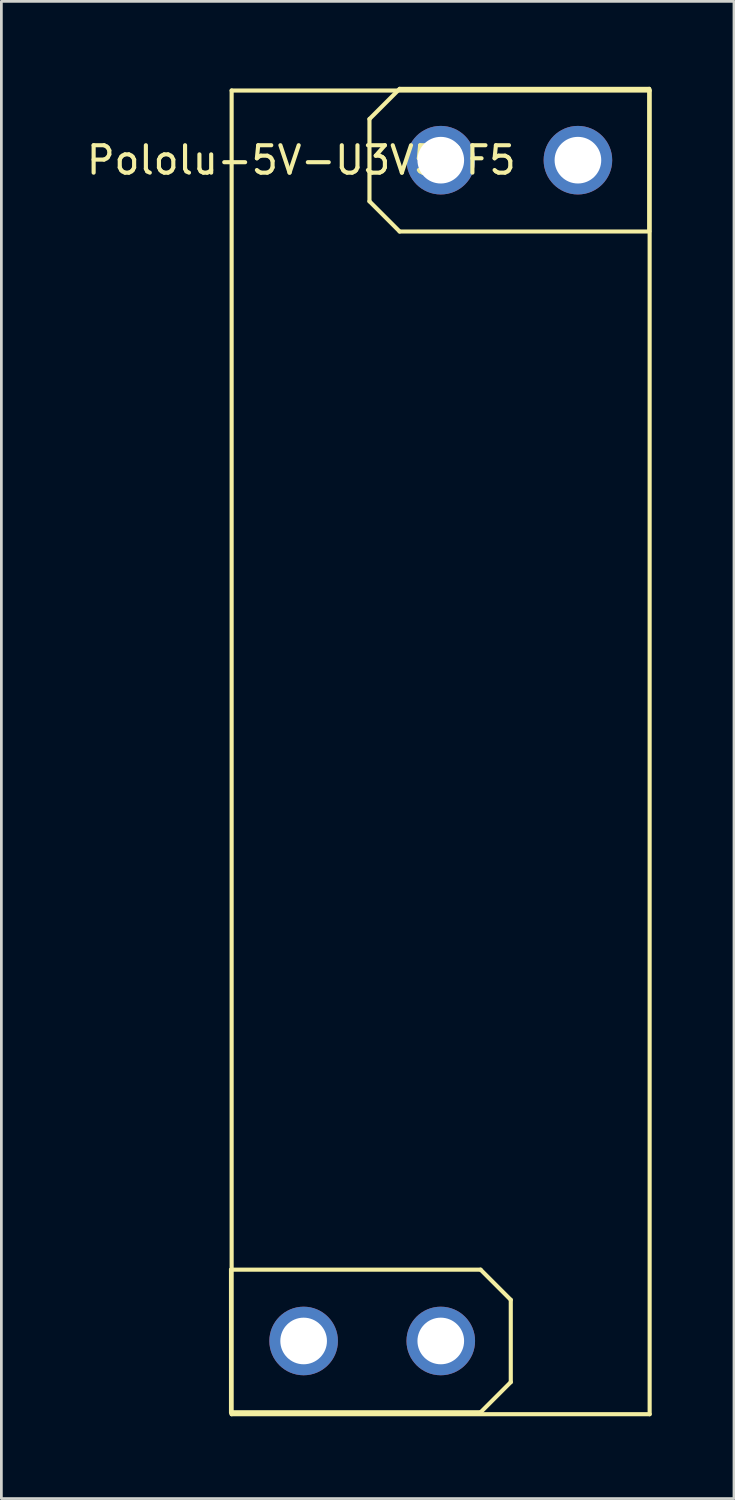
<source format=kicad_pcb>
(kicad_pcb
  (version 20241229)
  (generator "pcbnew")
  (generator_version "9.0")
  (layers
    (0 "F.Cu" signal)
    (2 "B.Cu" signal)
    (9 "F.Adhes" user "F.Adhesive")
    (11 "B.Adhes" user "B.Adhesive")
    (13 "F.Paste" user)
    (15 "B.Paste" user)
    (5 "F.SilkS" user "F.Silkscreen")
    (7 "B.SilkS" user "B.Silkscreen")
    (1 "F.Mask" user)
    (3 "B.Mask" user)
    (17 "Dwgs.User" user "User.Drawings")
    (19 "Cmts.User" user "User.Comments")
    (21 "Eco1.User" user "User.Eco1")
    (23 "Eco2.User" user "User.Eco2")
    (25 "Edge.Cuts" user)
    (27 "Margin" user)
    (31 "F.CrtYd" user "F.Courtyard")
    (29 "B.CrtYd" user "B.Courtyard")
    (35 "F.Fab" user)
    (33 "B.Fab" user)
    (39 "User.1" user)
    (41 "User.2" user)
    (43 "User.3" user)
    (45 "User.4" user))
  (footprint "Pololu-5V-U3V50F5"
    (layer "F.Cu")
    (at 5.395 0.25)
    (property "Reference" "Pololu-5V-U3V50F5" (at 2.54 2.54 0) (layer "F.SilkS") (effects (font (size 1 1) (thickness 0.15))))
    (attr through_hole)
    (fp_line (start -0.023 48.19) (end -0.023 42.99) (stroke (width 0.15) (type solid)) (layer "F.SilkS"))
    (fp_line (start 0 0) (end 15.24 0) (stroke (width 0.15) (type solid)) (layer "F.SilkS"))
    (fp_line (start 0 48.26) (end 0 0) (stroke (width 0.15) (type solid)) (layer "F.SilkS"))
    (fp_line (start 5.025 1.04) (end 5.025 4.04) (stroke (width 0.15) (type solid)) (layer "F.SilkS"))
    (fp_line (start 5.025 4.04) (end 6.125 5.14) (stroke (width 0.15) (type solid)) (layer "F.SilkS"))
    (fp_line (start 6.125 -0.06) (end 5.025 1.04) (stroke (width 0.15) (type solid)) (layer "F.SilkS"))
    (fp_line (start 6.125 -0.06) (end 15.225 -0.06) (stroke (width 0.15) (type solid)) (layer "F.SilkS"))
    (fp_line (start 6.125 5.14) (end 15.225 5.14) (stroke (width 0.15) (type solid)) (layer "F.SilkS"))
    (fp_line (start 9.077 42.99) (end -0.023 42.99) (stroke (width 0.15) (type solid)) (layer "F.SilkS"))
    (fp_line (start 9.077 48.19) (end -0.023 48.19) (stroke (width 0.15) (type solid)) (layer "F.SilkS"))
    (fp_line (start 9.077 48.19) (end 10.177 47.09) (stroke (width 0.15) (type solid)) (layer "F.SilkS"))
    (fp_line (start 10.177 44.09) (end 9.077 42.99) (stroke (width 0.15) (type solid)) (layer "F.SilkS"))
    (fp_line (start 10.177 47.09) (end 10.177 44.09) (stroke (width 0.15) (type solid)) (layer "F.SilkS"))
    (fp_line (start 15.225 -0.06) (end 15.225 5.14) (stroke (width 0.15) (type solid)) (layer "F.SilkS"))
    (fp_line (start 15.24 0) (end 15.24 48.26) (stroke (width 0.15) (type solid)) (layer "F.SilkS"))
    (fp_line (start 15.24 48.26) (end 0 48.26) (stroke (width 0.15) (type solid)) (layer "F.SilkS"))
    (pad "1" thru_hole circle (at 7.625 2.54) (size 2.5 2.5) (drill 1.7) (layers "*.Cu" "*.Mask"))
    (pad "1" thru_hole circle (at 7.625 45.59 180) (size 2.5 2.5) (drill 1.7) (layers "*.Cu" "*.Mask"))
    (pad "2" thru_hole circle (at 2.625 45.59 180) (size 2.5 2.5) (drill 1.7) (layers "*.Cu" "*.Mask"))
    (pad "2" thru_hole circle (at 12.625 2.54) (size 2.5 2.5) (drill 1.7) (layers "*.Cu" "*.Mask")))
  (gr_rect
    (start -3 -3)
    (end 23.71 51.585)
    (stroke (width 0.1) (type default))
    (fill no)
    (layer "Edge.Cuts")))
</source>
